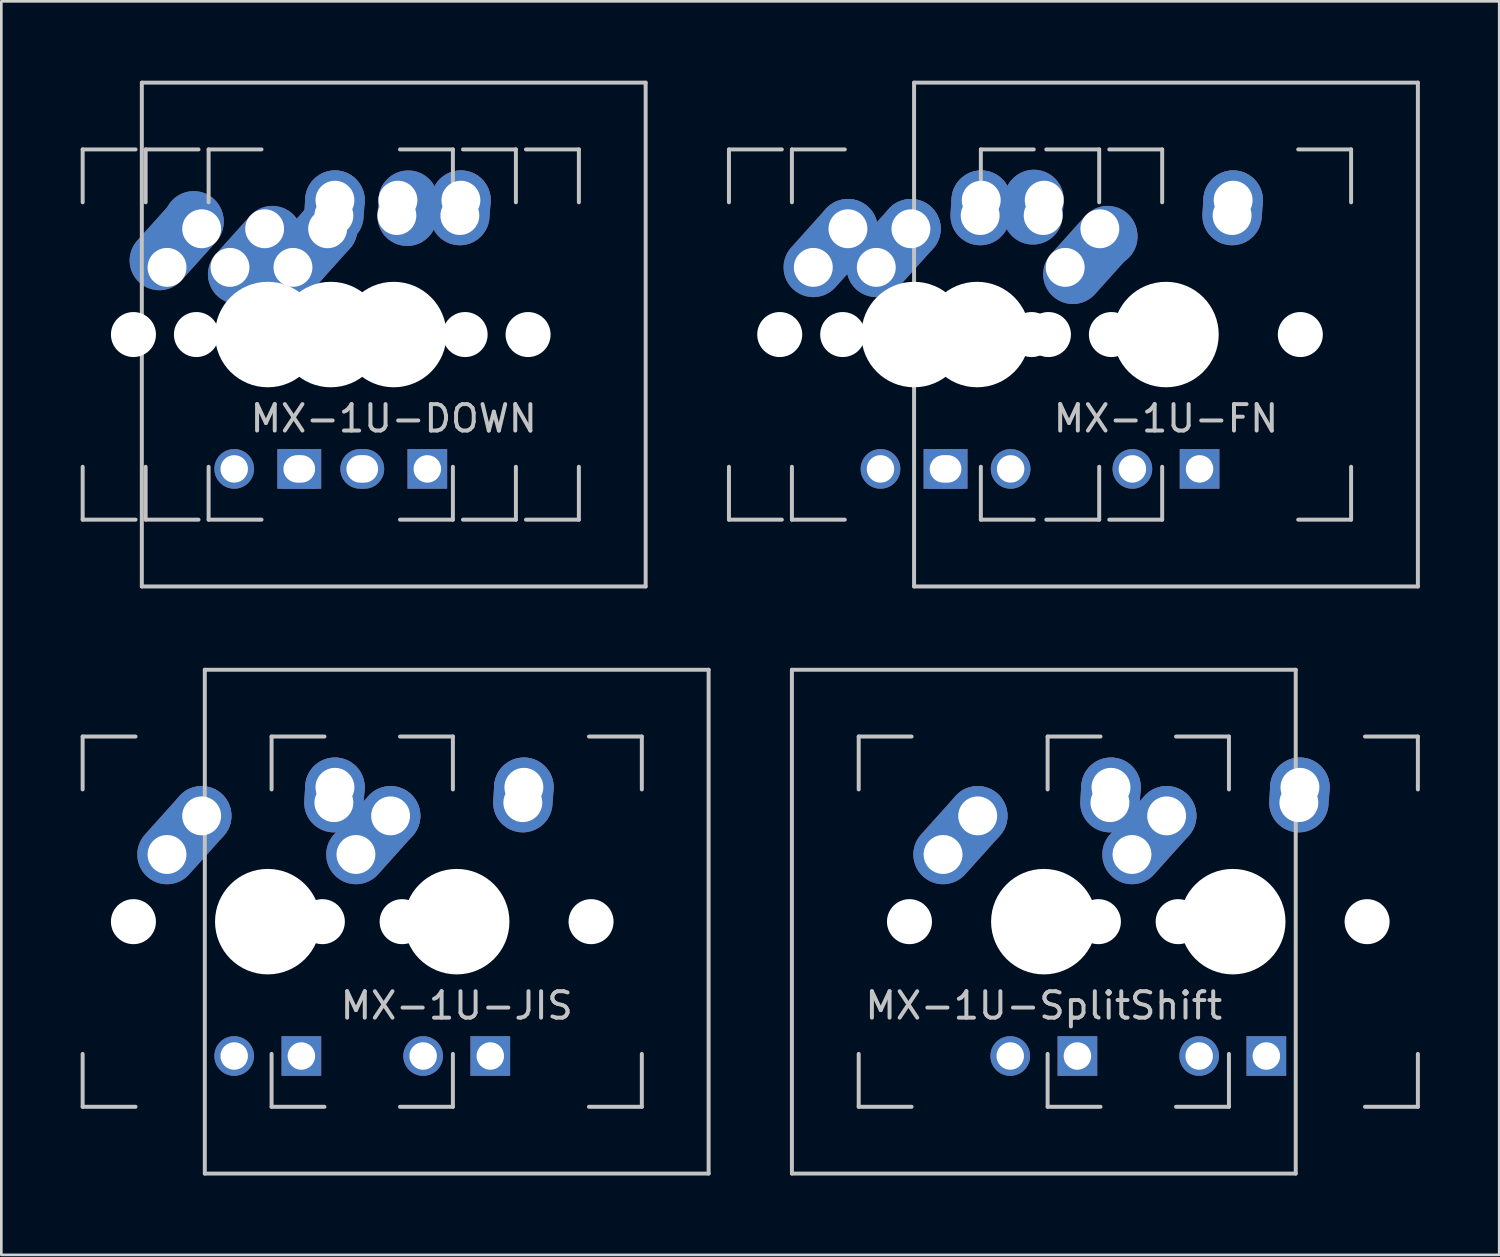
<source format=kicad_pcb>
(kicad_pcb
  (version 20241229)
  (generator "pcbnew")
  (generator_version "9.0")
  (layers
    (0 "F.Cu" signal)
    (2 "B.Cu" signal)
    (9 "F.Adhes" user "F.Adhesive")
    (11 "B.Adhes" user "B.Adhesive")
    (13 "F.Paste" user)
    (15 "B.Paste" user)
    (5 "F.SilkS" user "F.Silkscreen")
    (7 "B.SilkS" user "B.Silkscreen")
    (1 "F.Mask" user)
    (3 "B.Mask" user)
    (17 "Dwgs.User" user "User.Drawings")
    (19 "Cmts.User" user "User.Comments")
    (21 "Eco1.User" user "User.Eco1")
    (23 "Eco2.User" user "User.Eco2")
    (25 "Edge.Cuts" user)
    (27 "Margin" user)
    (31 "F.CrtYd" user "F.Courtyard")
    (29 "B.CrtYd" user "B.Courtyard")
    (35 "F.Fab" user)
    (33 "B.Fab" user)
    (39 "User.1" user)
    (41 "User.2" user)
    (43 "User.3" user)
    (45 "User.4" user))
  (footprint "MX-1U-JIS"
    (layer "F.Cu")
    (at 14.219 31.8)
    (property "Reference" "MX-1U-JIS" (at 0 3.175 0) (layer "Dwgs.User") (effects (font (size 1 1) (thickness 0.15))))
    (attr through_hole)
    (fp_line (start -14.144 -7) (end -14.144 -5) (stroke (width 0.15) (type solid)) (layer "Dwgs.User"))
    (fp_line (start -14.144 5) (end -14.144 7) (stroke (width 0.15) (type solid)) (layer "Dwgs.User"))
    (fp_line (start -14.144 7) (end -12.144 7) (stroke (width 0.15) (type solid)) (layer "Dwgs.User"))
    (fp_line (start -12.144 -7) (end -14.144 -7) (stroke (width 0.15) (type solid)) (layer "Dwgs.User"))
    (fp_line (start -9.525 -9.525) (end 9.525 -9.525) (stroke (width 0.15) (type solid)) (layer "Dwgs.User"))
    (fp_line (start -9.525 9.525) (end -9.525 -9.525) (stroke (width 0.15) (type solid)) (layer "Dwgs.User"))
    (fp_line (start -7 -7) (end -7 -5) (stroke (width 0.15) (type solid)) (layer "Dwgs.User"))
    (fp_line (start -7 5) (end -7 7) (stroke (width 0.15) (type solid)) (layer "Dwgs.User"))
    (fp_line (start -7 7) (end -5 7) (stroke (width 0.15) (type solid)) (layer "Dwgs.User"))
    (fp_line (start -5 -7) (end -7 -7) (stroke (width 0.15) (type solid)) (layer "Dwgs.User"))
    (fp_line (start -2.144 -7) (end -0.144 -7) (stroke (width 0.15) (type solid)) (layer "Dwgs.User"))
    (fp_line (start -2.144 7) (end -0.144 7) (stroke (width 0.15) (type solid)) (layer "Dwgs.User"))
    (fp_line (start -0.144 -7) (end -0.144 -5) (stroke (width 0.15) (type solid)) (layer "Dwgs.User"))
    (fp_line (start -0.144 7) (end -0.144 5) (stroke (width 0.15) (type solid)) (layer "Dwgs.User"))
    (fp_line (start 5 -7) (end 7 -7) (stroke (width 0.15) (type solid)) (layer "Dwgs.User"))
    (fp_line (start 5 7) (end 7 7) (stroke (width 0.15) (type solid)) (layer "Dwgs.User"))
    (fp_line (start 7 -7) (end 7 -5) (stroke (width 0.15) (type solid)) (layer "Dwgs.User"))
    (fp_line (start 7 7) (end 7 5) (stroke (width 0.15) (type solid)) (layer "Dwgs.User"))
    (fp_line (start 9.525 -9.525) (end 9.525 9.525) (stroke (width 0.15) (type solid)) (layer "Dwgs.User"))
    (fp_line (start 9.525 9.525) (end -9.525 9.525) (stroke (width 0.15) (type solid)) (layer "Dwgs.User"))
    (pad "" np_thru_hole circle (at -12.224 0 48.1) (size 1.702 1.702) (drill 1.702) (layers "*.Cu" "*.Mask"))
    (pad "" np_thru_hole circle (at -7.144 0) (size 3.988 3.988) (drill 3.988) (layers "*.Cu" "*.Mask"))
    (pad "" np_thru_hole circle (at -5.08 0 48.1) (size 1.702 1.702) (drill 1.702) (layers "*.Cu" "*.Mask"))
    (pad "" np_thru_hole circle (at -2.064 0 48.1) (size 1.702 1.702) (drill 1.702) (layers "*.Cu" "*.Mask"))
    (pad "" np_thru_hole circle (at 0 0) (size 3.988 3.988) (drill 3.988) (layers "*.Cu" "*.Mask"))
    (pad "" np_thru_hole circle (at 5.08 0 48.1) (size 1.702 1.702) (drill 1.702) (layers "*.Cu" "*.Mask"))
    (pad "1" thru_hole oval (at -4.644 -4.5 86.055) (size 2.831 2.25) (drill 1.47 (offset 0.291 0)) (layers "*.Cu" "*.Mask"))
    (pad "1" thru_hole circle (at -4.604 -5.08) (size 2.25 2.25) (drill 1.47) (layers "*.Cu" "*.Mask"))
    (pad "1" thru_hole oval (at -3.81 -2.54 48.1) (size 4.212 2.25) (drill 1.47 (offset 0.981 0)) (layers "*.Cu" "*.Mask"))
    (pad "1" thru_hole circle (at -2.5 -4) (size 2.25 2.25) (drill 1.47) (layers "*.Cu" "*.Mask"))
    (pad "2" thru_hole oval (at -10.954 -2.54 48.1) (size 4.212 2.25) (drill 1.47 (offset 0.981 0)) (layers "*.Cu" "*.Mask"))
    (pad "2" thru_hole circle (at -9.644 -4) (size 2.25 2.25) (drill 1.47) (layers "*.Cu" "*.Mask"))
    (pad "2" thru_hole oval (at 2.5 -4.5 86.055) (size 2.831 2.25) (drill 1.47 (offset 0.291 0)) (layers "*.Cu" "*.Mask"))
    (pad "2" thru_hole circle (at 2.54 -5.08) (size 2.25 2.25) (drill 1.47) (layers "*.Cu" "*.Mask"))
    (pad "3" thru_hole circle (at -8.414 5.08) (size 1.5 1.5) (drill 1.04) (layers "*.Cu" "*.Mask"))
    (pad "3" thru_hole circle (at -1.27 5.08) (size 1.5 1.5) (drill 1.04) (layers "*.Cu" "*.Mask"))
    (pad "4" thru_hole rect (at -5.874 5.08) (size 1.5 1.5) (drill 1.04) (layers "*.Cu" "*.Mask"))
    (pad "4" thru_hole rect (at 1.27 5.08) (size 1.5 1.5) (drill 1.04) (layers "*.Cu" "*.Mask")))
  (footprint "MX-1U-DOWN"
    (layer "F.Cu")
    (at 11.838 9.6)
    (property "Reference" "MX-1U-DOWN" (at 0 3.175 0) (layer "Dwgs.User") (effects (font (size 1 1) (thickness 0.15))))
    (attr through_hole)
    (fp_line (start -11.762 -7) (end -11.762 -5) (stroke (width 0.15) (type solid)) (layer "Dwgs.User"))
    (fp_line (start -11.762 5) (end -11.762 7) (stroke (width 0.15) (type solid)) (layer "Dwgs.User"))
    (fp_line (start -11.762 7) (end -9.762 7) (stroke (width 0.15) (type solid)) (layer "Dwgs.User"))
    (fp_line (start -9.762 -7) (end -11.762 -7) (stroke (width 0.15) (type solid)) (layer "Dwgs.User"))
    (fp_line (start -9.525 -9.525) (end 9.525 -9.525) (stroke (width 0.15) (type solid)) (layer "Dwgs.User"))
    (fp_line (start -9.525 9.525) (end -9.525 -9.525) (stroke (width 0.15) (type solid)) (layer "Dwgs.User"))
    (fp_line (start -9.381 -7) (end -9.381 -5) (stroke (width 0.15) (type solid)) (layer "Dwgs.User"))
    (fp_line (start -9.381 5) (end -9.381 7) (stroke (width 0.15) (type solid)) (layer "Dwgs.User"))
    (fp_line (start -9.381 7) (end -7.381 7) (stroke (width 0.15) (type solid)) (layer "Dwgs.User"))
    (fp_line (start -7.381 -7) (end -9.381 -7) (stroke (width 0.15) (type solid)) (layer "Dwgs.User"))
    (fp_line (start -7 -7) (end -7 -5) (stroke (width 0.15) (type solid)) (layer "Dwgs.User"))
    (fp_line (start -7 5) (end -7 7) (stroke (width 0.15) (type solid)) (layer "Dwgs.User"))
    (fp_line (start -7 7) (end -5 7) (stroke (width 0.15) (type solid)) (layer "Dwgs.User"))
    (fp_line (start -5 -7) (end -7 -7) (stroke (width 0.15) (type solid)) (layer "Dwgs.User"))
    (fp_line (start 0.237 -7) (end 2.237 -7) (stroke (width 0.15) (type solid)) (layer "Dwgs.User"))
    (fp_line (start 0.237 7) (end 2.237 7) (stroke (width 0.15) (type solid)) (layer "Dwgs.User"))
    (fp_line (start 2.237 -7) (end 2.237 -5) (stroke (width 0.15) (type solid)) (layer "Dwgs.User"))
    (fp_line (start 2.237 7) (end 2.237 5) (stroke (width 0.15) (type solid)) (layer "Dwgs.User"))
    (fp_line (start 2.619 -7) (end 4.619 -7) (stroke (width 0.15) (type solid)) (layer "Dwgs.User"))
    (fp_line (start 2.619 7) (end 4.619 7) (stroke (width 0.15) (type solid)) (layer "Dwgs.User"))
    (fp_line (start 4.619 -7) (end 4.619 -5) (stroke (width 0.15) (type solid)) (layer "Dwgs.User"))
    (fp_line (start 4.619 7) (end 4.619 5) (stroke (width 0.15) (type solid)) (layer "Dwgs.User"))
    (fp_line (start 5 -7) (end 7 -7) (stroke (width 0.15) (type solid)) (layer "Dwgs.User"))
    (fp_line (start 5 7) (end 7 7) (stroke (width 0.15) (type solid)) (layer "Dwgs.User"))
    (fp_line (start 7 -7) (end 7 -5) (stroke (width 0.15) (type solid)) (layer "Dwgs.User"))
    (fp_line (start 7 7) (end 7 5) (stroke (width 0.15) (type solid)) (layer "Dwgs.User"))
    (fp_line (start 9.525 -9.525) (end 9.525 9.525) (stroke (width 0.15) (type solid)) (layer "Dwgs.User"))
    (fp_line (start 9.525 9.525) (end -9.525 9.525) (stroke (width 0.15) (type solid)) (layer "Dwgs.User"))
    (pad "" np_thru_hole circle (at -9.842 0 48.1) (size 1.702 1.702) (drill 1.702) (layers "*.Cu" "*.Mask"))
    (pad "" np_thru_hole circle (at -7.461 0 48.1) (size 1.702 1.702) (drill 1.702) (layers "*.Cu" "*.Mask"))
    (pad "" np_thru_hole circle (at -5.08 0 48.1) (size 1.702 1.702) (drill 1.702) (layers "*.Cu" "*.Mask"))
    (pad "" np_thru_hole circle (at -4.763 0) (size 3.988 3.988) (drill 3.988) (layers "*.Cu" "*.Mask"))
    (pad "" np_thru_hole circle (at -2.381 0) (size 3.988 3.988) (drill 3.988) (layers "*.Cu" "*.Mask"))
    (pad "" np_thru_hole circle (at 0 0) (size 3.988 3.988) (drill 3.988) (layers "*.Cu" "*.Mask"))
    (pad "" np_thru_hole circle (at 0.318 0 48.1) (size 1.702 1.702) (drill 1.702) (layers "*.Cu" "*.Mask"))
    (pad "" np_thru_hole circle (at 2.699 0 48.1) (size 1.702 1.702) (drill 1.702) (layers "*.Cu" "*.Mask"))
    (pad "" np_thru_hole circle (at 5.08 0 48.1) (size 1.702 1.702) (drill 1.702) (layers "*.Cu" "*.Mask"))
    (pad "1" thru_hole oval (at -8.572 -2.54 48.1) (size 4.212 2.25) (drill 1.47 (offset 0.981 -0.39)) (layers "*.Cu" "*.Mask"))
    (pad "1" thru_hole oval (at -7.263 -4) (size 2.25 2.25) (drill 1.47 (offset -0.3 -0.3)) (layers "*.Cu" "*.Mask"))
    (pad "1" thru_hole oval (at 0.119 -4.5 86.055) (size 2.831 2.25) (drill 1.47 (offset 0.291 0.39)) (layers "*.Cu" "*.Mask"))
    (pad "1" thru_hole oval (at 0.159 -5.08) (size 2.25 2.25) (drill 1.47 (offset 0.39 0)) (layers "*.Cu" "*.Mask"))
    (pad "1" thru_hole oval (at 2.5 -4.5 86.055) (size 2.831 2.25) (drill 1.47 (offset 0.291 0)) (layers "*.Cu" "*.Mask"))
    (pad "1" thru_hole circle (at 2.54 -5.08) (size 2.25 2.25) (drill 1.47) (layers "*.Cu" "*.Mask"))
    (pad "2" thru_hole oval (at -6.191 -2.54 48.1) (size 4.212 2.25) (drill 1.47 (offset 0.981 0.39)) (layers "*.Cu" "*.Mask"))
    (pad "2" thru_hole oval (at -4.881 -4) (size 2.25 2.25) (drill 1.47 (offset 0.3 0.3)) (layers "*.Cu" "*.Mask"))
    (pad "2" thru_hole oval (at -3.81 -2.54 48.1) (size 4.212 2.25) (drill 1.47 (offset 0.981 0)) (layers "*.Cu" "*.Mask"))
    (pad "2" thru_hole circle (at -2.5 -4) (size 2.25 2.25) (drill 1.47) (layers "*.Cu" "*.Mask"))
    (pad "2" thru_hole oval (at -2.263 -4.5 86.055) (size 2.831 2.25) (drill 1.47 (offset 0.291 0)) (layers "*.Cu" "*.Mask"))
    (pad "2" thru_hole circle (at -2.223 -5.08) (size 2.25 2.25) (drill 1.47) (layers "*.Cu" "*.Mask"))
    (pad "3" thru_hole circle (at -6.032 5.08) (size 1.5 1.5) (drill 1.04) (layers "*.Cu" "*.Mask"))
    (pad "3" thru_hole circle (at -1.27 5.08) (size 1.5 1.5) (drill 1.04) (layers "*.Cu" "*.Mask"))
    (pad "3" thru_hole circle (at -1.111 5.08) (size 1.5 1.5) (drill 1.04) (layers "*.Cu" "*.Mask"))
    (pad "4" thru_hole rect (at -3.651 5.08) (size 1.5 1.5) (drill 1.04) (layers "*.Cu" "*.Mask"))
    (pad "4" thru_hole rect (at -3.493 5.08) (size 1.5 1.5) (drill 1.04) (layers "*.Cu" "*.Mask"))
    (pad "4" thru_hole rect (at 1.27 5.08) (size 1.5 1.5) (drill 1.04) (layers "*.Cu" "*.Mask")))
  (footprint "MX-1U-FN"
    (layer "F.Cu")
    (at 41.038 9.6)
    (property "Reference" "MX-1U-FN" (at 0 3.175 0) (layer "Dwgs.User") (effects (font (size 1 1) (thickness 0.15))))
    (attr through_hole)
    (fp_line (start -16.525 -7) (end -16.525 -5) (stroke (width 0.15) (type solid)) (layer "Dwgs.User"))
    (fp_line (start -16.525 5) (end -16.525 7) (stroke (width 0.15) (type solid)) (layer "Dwgs.User"))
    (fp_line (start -16.525 7) (end -14.525 7) (stroke (width 0.15) (type solid)) (layer "Dwgs.User"))
    (fp_line (start -14.525 -7) (end -16.525 -7) (stroke (width 0.15) (type solid)) (layer "Dwgs.User"))
    (fp_line (start -14.144 -7) (end -14.144 -5) (stroke (width 0.15) (type solid)) (layer "Dwgs.User"))
    (fp_line (start -14.144 5) (end -14.144 7) (stroke (width 0.15) (type solid)) (layer "Dwgs.User"))
    (fp_line (start -14.144 7) (end -12.144 7) (stroke (width 0.15) (type solid)) (layer "Dwgs.User"))
    (fp_line (start -12.144 -7) (end -14.144 -7) (stroke (width 0.15) (type solid)) (layer "Dwgs.User"))
    (fp_line (start -9.525 -9.525) (end 9.525 -9.525) (stroke (width 0.15) (type solid)) (layer "Dwgs.User"))
    (fp_line (start -9.525 9.525) (end -9.525 -9.525) (stroke (width 0.15) (type solid)) (layer "Dwgs.User"))
    (fp_line (start -7 -7) (end -7 -5) (stroke (width 0.15) (type solid)) (layer "Dwgs.User"))
    (fp_line (start -7 5) (end -7 7) (stroke (width 0.15) (type solid)) (layer "Dwgs.User"))
    (fp_line (start -7 7) (end -5 7) (stroke (width 0.15) (type solid)) (layer "Dwgs.User"))
    (fp_line (start -5 -7) (end -7 -7) (stroke (width 0.15) (type solid)) (layer "Dwgs.User"))
    (fp_line (start -4.525 -7) (end -2.525 -7) (stroke (width 0.15) (type solid)) (layer "Dwgs.User"))
    (fp_line (start -4.525 7) (end -2.525 7) (stroke (width 0.15) (type solid)) (layer "Dwgs.User"))
    (fp_line (start -2.525 -7) (end -2.525 -5) (stroke (width 0.15) (type solid)) (layer "Dwgs.User"))
    (fp_line (start -2.525 7) (end -2.525 5) (stroke (width 0.15) (type solid)) (layer "Dwgs.User"))
    (fp_line (start -2.144 -7) (end -0.144 -7) (stroke (width 0.15) (type solid)) (layer "Dwgs.User"))
    (fp_line (start -2.144 7) (end -0.144 7) (stroke (width 0.15) (type solid)) (layer "Dwgs.User"))
    (fp_line (start -0.144 -7) (end -0.144 -5) (stroke (width 0.15) (type solid)) (layer "Dwgs.User"))
    (fp_line (start -0.144 7) (end -0.144 5) (stroke (width 0.15) (type solid)) (layer "Dwgs.User"))
    (fp_line (start 5 -7) (end 7 -7) (stroke (width 0.15) (type solid)) (layer "Dwgs.User"))
    (fp_line (start 5 7) (end 7 7) (stroke (width 0.15) (type solid)) (layer "Dwgs.User"))
    (fp_line (start 7 -7) (end 7 -5) (stroke (width 0.15) (type solid)) (layer "Dwgs.User"))
    (fp_line (start 7 7) (end 7 5) (stroke (width 0.15) (type solid)) (layer "Dwgs.User"))
    (fp_line (start 9.525 -9.525) (end 9.525 9.525) (stroke (width 0.15) (type solid)) (layer "Dwgs.User"))
    (fp_line (start 9.525 9.525) (end -9.525 9.525) (stroke (width 0.15) (type solid)) (layer "Dwgs.User"))
    (pad "" np_thru_hole circle (at -14.605 0 48.1) (size 1.702 1.702) (drill 1.702) (layers "*.Cu" "*.Mask"))
    (pad "" np_thru_hole circle (at -12.224 0 48.1) (size 1.702 1.702) (drill 1.702) (layers "*.Cu" "*.Mask"))
    (pad "" np_thru_hole circle (at -9.525 0) (size 3.988 3.988) (drill 3.988) (layers "*.Cu" "*.Mask"))
    (pad "" np_thru_hole circle (at -7.144 0) (size 3.988 3.988) (drill 3.988) (layers "*.Cu" "*.Mask"))
    (pad "" np_thru_hole circle (at -5.08 0 48.1) (size 1.702 1.702) (drill 1.702) (layers "*.Cu" "*.Mask"))
    (pad "" np_thru_hole circle (at -4.445 0 48.1) (size 1.702 1.702) (drill 1.702) (layers "*.Cu" "*.Mask"))
    (pad "" np_thru_hole circle (at -2.064 0 48.1) (size 1.702 1.702) (drill 1.702) (layers "*.Cu" "*.Mask"))
    (pad "" np_thru_hole circle (at 0 0) (size 3.988 3.988) (drill 3.988) (layers "*.Cu" "*.Mask"))
    (pad "" np_thru_hole circle (at 5.08 0 48.1) (size 1.702 1.702) (drill 1.702) (layers "*.Cu" "*.Mask"))
    (pad "1" thru_hole oval (at -7.025 -4.5 86.055) (size 2.831 2.25) (drill 1.47 (offset 0.291 0)) (layers "*.Cu" "*.Mask"))
    (pad "1" thru_hole circle (at -6.985 -5.08) (size 2.25 2.25) (drill 1.47) (layers "*.Cu" "*.Mask"))
    (pad "1" thru_hole oval (at -4.644 -4.5 86.055) (size 2.831 2.25) (drill 1.47 (offset 0.291 -0.39)) (layers "*.Cu" "*.Mask"))
    (pad "1" thru_hole oval (at -4.604 -5.08) (size 2.25 2.25) (drill 1.47 (offset -0.39 0)) (layers "*.Cu" "*.Mask"))
    (pad "1" thru_hole oval (at 2.5 -4.5 86.055) (size 2.831 2.25) (drill 1.47 (offset 0.291 0)) (layers "*.Cu" "*.Mask"))
    (pad "1" thru_hole circle (at 2.54 -5.08) (size 2.25 2.25) (drill 1.47) (layers "*.Cu" "*.Mask"))
    (pad "2" thru_hole oval (at -13.335 -2.54 48.1) (size 4.212 2.25) (drill 1.47 (offset 0.981 0)) (layers "*.Cu" "*.Mask"))
    (pad "2" thru_hole circle (at -12.025 -4) (size 2.25 2.25) (drill 1.47) (layers "*.Cu" "*.Mask"))
    (pad "2" thru_hole oval (at -10.954 -2.54 48.1) (size 4.212 2.25) (drill 1.47 (offset 0.981 0)) (layers "*.Cu" "*.Mask"))
    (pad "2" thru_hole circle (at -9.644 -4) (size 2.25 2.25) (drill 1.47) (layers "*.Cu" "*.Mask"))
    (pad "2" thru_hole oval (at -3.81 -2.54 48.1) (size 4.212 2.25) (drill 1.47 (offset 0.981 0.39)) (layers "*.Cu" "*.Mask"))
    (pad "2" thru_hole oval (at -2.5 -4) (size 2.25 2.25) (drill 1.47 (offset 0.3 0.3)) (layers "*.Cu" "*.Mask"))
    (pad "3" thru_hole circle (at -10.795 5.08) (size 1.5 1.5) (drill 1.04) (layers "*.Cu" "*.Mask"))
    (pad "3" thru_hole circle (at -5.874 5.08) (size 1.5 1.5) (drill 1.04) (layers "*.Cu" "*.Mask"))
    (pad "3" thru_hole circle (at -1.27 5.08) (size 1.5 1.5) (drill 1.04) (layers "*.Cu" "*.Mask"))
    (pad "4" thru_hole rect (at -8.414 5.08) (size 1.5 1.5) (drill 1.04) (layers "*.Cu" "*.Mask"))
    (pad "4" thru_hole rect (at -8.255 5.08) (size 1.5 1.5) (drill 1.04) (layers "*.Cu" "*.Mask"))
    (pad "4" thru_hole rect (at 1.27 5.08) (size 1.5 1.5) (drill 1.04) (layers "*.Cu" "*.Mask")))
  (footprint "MX-1U-SplitShift"
    (layer "F.Cu")
    (at 36.419 31.8)
    (property "Reference" "MX-1U-SplitShift" (at 0 3.175 0) (layer "Dwgs.User") (effects (font (size 1 1) (thickness 0.15))))
    (attr through_hole)
    (fp_line (start -9.525 -9.525) (end 9.525 -9.525) (stroke (width 0.15) (type solid)) (layer "Dwgs.User"))
    (fp_line (start -9.525 9.525) (end -9.525 -9.525) (stroke (width 0.15) (type solid)) (layer "Dwgs.User"))
    (fp_line (start -7 -7) (end -7 -5) (stroke (width 0.15) (type solid)) (layer "Dwgs.User"))
    (fp_line (start -7 5) (end -7 7) (stroke (width 0.15) (type solid)) (layer "Dwgs.User"))
    (fp_line (start -7 7) (end -5 7) (stroke (width 0.15) (type solid)) (layer "Dwgs.User"))
    (fp_line (start -5 -7) (end -7 -7) (stroke (width 0.15) (type solid)) (layer "Dwgs.User"))
    (fp_line (start 0.144 -7) (end 0.144 -5) (stroke (width 0.15) (type solid)) (layer "Dwgs.User"))
    (fp_line (start 0.144 5) (end 0.144 7) (stroke (width 0.15) (type solid)) (layer "Dwgs.User"))
    (fp_line (start 0.144 7) (end 2.144 7) (stroke (width 0.15) (type solid)) (layer "Dwgs.User"))
    (fp_line (start 2.144 -7) (end 0.144 -7) (stroke (width 0.15) (type solid)) (layer "Dwgs.User"))
    (fp_line (start 5 -7) (end 7 -7) (stroke (width 0.15) (type solid)) (layer "Dwgs.User"))
    (fp_line (start 5 7) (end 7 7) (stroke (width 0.15) (type solid)) (layer "Dwgs.User"))
    (fp_line (start 7 -7) (end 7 -5) (stroke (width 0.15) (type solid)) (layer "Dwgs.User"))
    (fp_line (start 7 7) (end 7 5) (stroke (width 0.15) (type solid)) (layer "Dwgs.User"))
    (fp_line (start 9.525 -9.525) (end 9.525 9.525) (stroke (width 0.15) (type solid)) (layer "Dwgs.User"))
    (fp_line (start 9.525 9.525) (end -9.525 9.525) (stroke (width 0.15) (type solid)) (layer "Dwgs.User"))
    (fp_line (start 12.144 -7) (end 14.144 -7) (stroke (width 0.15) (type solid)) (layer "Dwgs.User"))
    (fp_line (start 12.144 7) (end 14.144 7) (stroke (width 0.15) (type solid)) (layer "Dwgs.User"))
    (fp_line (start 14.144 -7) (end 14.144 -5) (stroke (width 0.15) (type solid)) (layer "Dwgs.User"))
    (fp_line (start 14.144 7) (end 14.144 5) (stroke (width 0.15) (type solid)) (layer "Dwgs.User"))
    (pad "" np_thru_hole circle (at -5.08 0 48.1) (size 1.702 1.702) (drill 1.702) (layers "*.Cu" "*.Mask"))
    (pad "" np_thru_hole circle (at 0 0) (size 3.988 3.988) (drill 3.988) (layers "*.Cu" "*.Mask"))
    (pad "" np_thru_hole circle (at 2.064 0 48.1) (size 1.702 1.702) (drill 1.702) (layers "*.Cu" "*.Mask"))
    (pad "" np_thru_hole circle (at 5.08 0 48.1) (size 1.702 1.702) (drill 1.702) (layers "*.Cu" "*.Mask"))
    (pad "" np_thru_hole circle (at 7.144 0) (size 3.988 3.988) (drill 3.988) (layers "*.Cu" "*.Mask"))
    (pad "" np_thru_hole circle (at 12.224 0 48.1) (size 1.702 1.702) (drill 1.702) (layers "*.Cu" "*.Mask"))
    (pad "1" thru_hole oval (at 2.5 -4.5 86.055) (size 2.831 2.25) (drill 1.47 (offset 0.291 0)) (layers "*.Cu" "*.Mask"))
    (pad "1" thru_hole circle (at 2.54 -5.08) (size 2.25 2.25) (drill 1.47) (layers "*.Cu" "*.Mask"))
    (pad "1" thru_hole oval (at 3.334 -2.54 48.1) (size 4.212 2.25) (drill 1.47 (offset 0.981 0)) (layers "*.Cu" "*.Mask"))
    (pad "1" thru_hole circle (at 4.644 -4) (size 2.25 2.25) (drill 1.47) (layers "*.Cu" "*.Mask"))
    (pad "2" thru_hole oval (at -3.81 -2.54 48.1) (size 4.212 2.25) (drill 1.47 (offset 0.981 0)) (layers "*.Cu" "*.Mask"))
    (pad "2" thru_hole circle (at -2.5 -4) (size 2.25 2.25) (drill 1.47) (layers "*.Cu" "*.Mask"))
    (pad "2" thru_hole oval (at 9.644 -4.5 86.055) (size 2.831 2.25) (drill 1.47 (offset 0.291 0)) (layers "*.Cu" "*.Mask"))
    (pad "2" thru_hole circle (at 9.684 -5.08) (size 2.25 2.25) (drill 1.47) (layers "*.Cu" "*.Mask"))
    (pad "3" thru_hole circle (at -1.27 5.08) (size 1.5 1.5) (drill 1.04) (layers "*.Cu" "*.Mask"))
    (pad "3" thru_hole circle (at 5.874 5.08) (size 1.5 1.5) (drill 1.04) (layers "*.Cu" "*.Mask"))
    (pad "4" thru_hole rect (at 1.27 5.08) (size 1.5 1.5) (drill 1.04) (layers "*.Cu" "*.Mask"))
    (pad "4" thru_hole rect (at 8.414 5.08) (size 1.5 1.5) (drill 1.04) (layers "*.Cu" "*.Mask")))
  (gr_rect
    (start -3 -3)
    (end 53.638 44.4)
    (stroke (width 0.1) (type default))
    (fill no)
    (layer "Edge.Cuts")))
</source>
